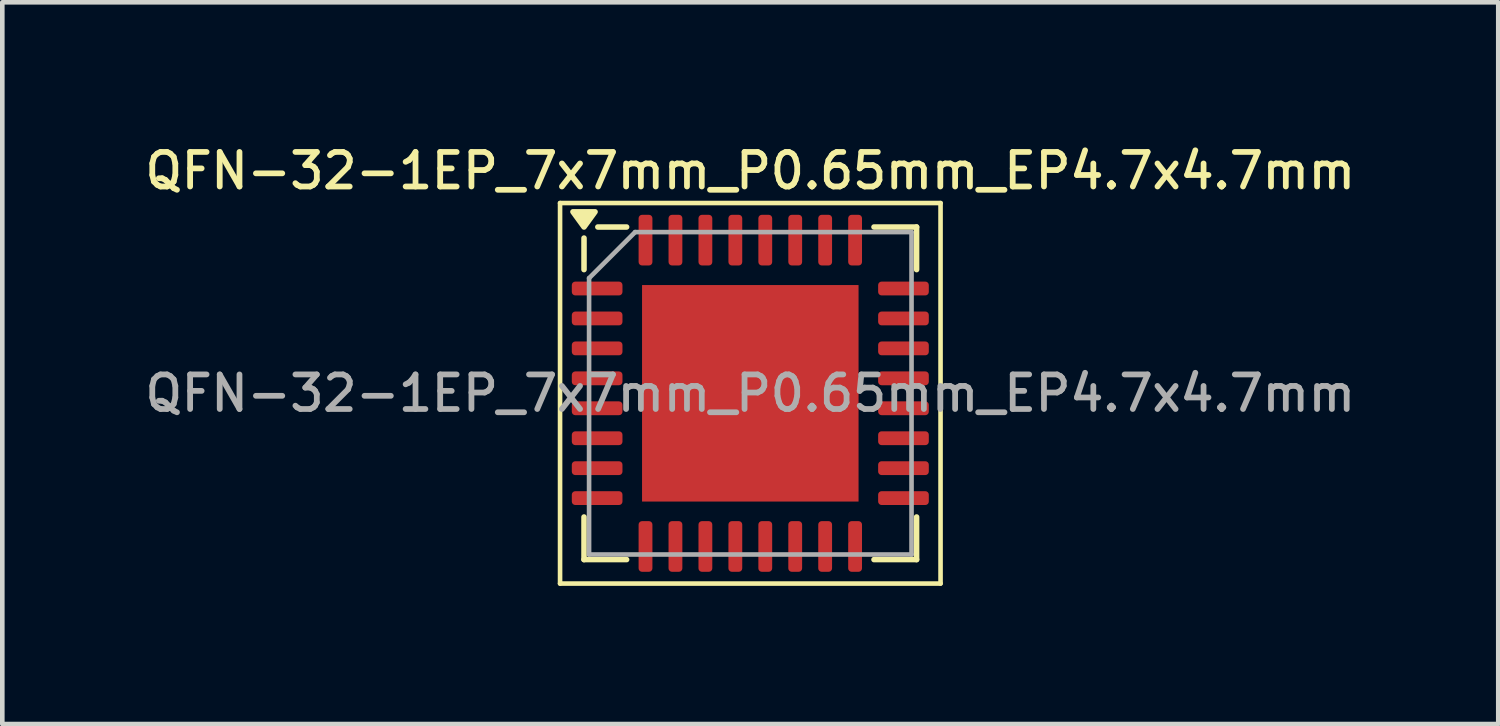
<source format=kicad_pcb>
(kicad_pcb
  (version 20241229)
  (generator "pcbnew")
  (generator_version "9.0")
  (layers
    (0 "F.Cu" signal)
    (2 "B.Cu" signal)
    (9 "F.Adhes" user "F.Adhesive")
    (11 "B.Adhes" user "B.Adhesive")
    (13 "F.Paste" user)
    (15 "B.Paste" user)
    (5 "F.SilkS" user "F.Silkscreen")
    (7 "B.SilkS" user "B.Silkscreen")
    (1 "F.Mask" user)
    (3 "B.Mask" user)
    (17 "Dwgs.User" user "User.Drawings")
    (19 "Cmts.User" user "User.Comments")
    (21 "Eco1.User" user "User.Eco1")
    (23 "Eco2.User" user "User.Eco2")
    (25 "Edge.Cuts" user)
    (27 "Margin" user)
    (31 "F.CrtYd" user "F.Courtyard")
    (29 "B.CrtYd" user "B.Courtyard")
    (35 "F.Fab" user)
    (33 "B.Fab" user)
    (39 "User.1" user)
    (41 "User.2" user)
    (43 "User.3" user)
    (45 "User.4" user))
  (footprint "QFN-32-1EP_7x7mm_P0.65mm_EP4.7x4.7mm"
    (layer "F.Cu")
    (at 13.238 5.488)
    (property "Reference" "QFN-32-1EP_7x7mm_P0.65mm_EP4.7x4.7mm" (at 0 -4.83 0) (layer "F.SilkS") (effects (font (size 0.75 0.75) (thickness 0.125))))
    (attr smd)
    (fp_line (start -4.13 -4.13) (end -4.13 4.13) (stroke (width 0.1) (type solid)) (layer "F.SilkS"))
    (fp_line (start -4.13 4.13) (end 4.13 4.13) (stroke (width 0.1) (type solid)) (layer "F.SilkS"))
    (fp_line (start -3.61 -2.685) (end -3.61 -3.37) (stroke (width 0.12) (type solid)) (layer "F.SilkS"))
    (fp_line (start -3.61 3.61) (end -3.61 2.685) (stroke (width 0.12) (type solid)) (layer "F.SilkS"))
    (fp_line (start -2.685 -3.61) (end -3.31 -3.61) (stroke (width 0.12) (type solid)) (layer "F.SilkS"))
    (fp_line (start -2.685 3.61) (end -3.61 3.61) (stroke (width 0.12) (type solid)) (layer "F.SilkS"))
    (fp_line (start 2.685 -3.61) (end 3.61 -3.61) (stroke (width 0.12) (type solid)) (layer "F.SilkS"))
    (fp_line (start 2.685 3.61) (end 3.61 3.61) (stroke (width 0.12) (type solid)) (layer "F.SilkS"))
    (fp_line (start 3.61 -3.61) (end 3.61 -2.685) (stroke (width 0.12) (type solid)) (layer "F.SilkS"))
    (fp_line (start 3.61 3.61) (end 3.61 2.685) (stroke (width 0.12) (type solid)) (layer "F.SilkS"))
    (fp_line (start 4.13 -4.13) (end -4.13 -4.13) (stroke (width 0.1) (type solid)) (layer "F.SilkS"))
    (fp_line (start 4.13 4.13) (end 4.13 -4.13) (stroke (width 0.1) (type solid)) (layer "F.SilkS"))
    (fp_poly (pts (xy -3.61 -3.61) (xy -3.85 -3.94) (xy -3.37 -3.94) (xy -3.61 -3.61)) (stroke (width 0.12) (type solid)) (fill yes) (layer "F.SilkS"))
    (fp_line (start -3.5 -2.5) (end -2.5 -3.5) (stroke (width 0.1) (type solid)) (layer "F.Fab"))
    (fp_line (start -3.5 3.5) (end -3.5 -2.5) (stroke (width 0.1) (type solid)) (layer "F.Fab"))
    (fp_line (start -2.5 -3.5) (end 3.5 -3.5) (stroke (width 0.1) (type solid)) (layer "F.Fab"))
    (fp_line (start 3.5 -3.5) (end 3.5 3.5) (stroke (width 0.1) (type solid)) (layer "F.Fab"))
    (fp_line (start 3.5 3.5) (end -3.5 3.5) (stroke (width 0.1) (type solid)) (layer "F.Fab"))
    (fp_text user "${REFERENCE}" (at 0 0 0) (layer "F.Fab") (effects (font (size 0.75 0.75) (thickness 0.125))))
    (pad "" smd roundrect (at -1.77 -1.77) (size 0.95 0.95) (layers "F.Paste") (roundrect_rratio 0.25))
    (pad "" smd roundrect (at -1.77 -0.59) (size 0.95 0.95) (layers "F.Paste") (roundrect_rratio 0.25))
    (pad "" smd roundrect (at -1.77 0.59) (size 0.95 0.95) (layers "F.Paste") (roundrect_rratio 0.25))
    (pad "" smd roundrect (at -1.77 1.77) (size 0.95 0.95) (layers "F.Paste") (roundrect_rratio 0.25))
    (pad "" smd roundrect (at -0.59 -1.77) (size 0.95 0.95) (layers "F.Paste") (roundrect_rratio 0.25))
    (pad "" smd roundrect (at -0.59 -0.59) (size 0.95 0.95) (layers "F.Paste") (roundrect_rratio 0.25))
    (pad "" smd roundrect (at -0.59 0.59) (size 0.95 0.95) (layers "F.Paste") (roundrect_rratio 0.25))
    (pad "" smd roundrect (at -0.59 1.77) (size 0.95 0.95) (layers "F.Paste") (roundrect_rratio 0.25))
    (pad "" smd roundrect (at 0.59 -1.77) (size 0.95 0.95) (layers "F.Paste") (roundrect_rratio 0.25))
    (pad "" smd roundrect (at 0.59 -0.59) (size 0.95 0.95) (layers "F.Paste") (roundrect_rratio 0.25))
    (pad "" smd roundrect (at 0.59 0.59) (size 0.95 0.95) (layers "F.Paste") (roundrect_rratio 0.25))
    (pad "" smd roundrect (at 0.59 1.77) (size 0.95 0.95) (layers "F.Paste") (roundrect_rratio 0.25))
    (pad "" smd roundrect (at 1.77 -1.77) (size 0.95 0.95) (layers "F.Paste") (roundrect_rratio 0.25))
    (pad "" smd roundrect (at 1.77 -0.59) (size 0.95 0.95) (layers "F.Paste") (roundrect_rratio 0.25))
    (pad "" smd roundrect (at 1.77 0.59) (size 0.95 0.95) (layers "F.Paste") (roundrect_rratio 0.25))
    (pad "" smd roundrect (at 1.77 1.77) (size 0.95 0.95) (layers "F.Paste") (roundrect_rratio 0.25))
    (pad "1" smd roundrect (at -3.325 -2.275) (size 1.1 0.3) (layers "F.Cu" "F.Mask" "F.Paste") (roundrect_rratio 0.25))
    (pad "2" smd roundrect (at -3.325 -1.625) (size 1.1 0.3) (layers "F.Cu" "F.Mask" "F.Paste") (roundrect_rratio 0.25))
    (pad "3" smd roundrect (at -3.325 -0.975) (size 1.1 0.3) (layers "F.Cu" "F.Mask" "F.Paste") (roundrect_rratio 0.25))
    (pad "4" smd roundrect (at -3.325 -0.325) (size 1.1 0.3) (layers "F.Cu" "F.Mask" "F.Paste") (roundrect_rratio 0.25))
    (pad "5" smd roundrect (at -3.325 0.325) (size 1.1 0.3) (layers "F.Cu" "F.Mask" "F.Paste") (roundrect_rratio 0.25))
    (pad "6" smd roundrect (at -3.325 0.975) (size 1.1 0.3) (layers "F.Cu" "F.Mask" "F.Paste") (roundrect_rratio 0.25))
    (pad "7" smd roundrect (at -3.325 1.625) (size 1.1 0.3) (layers "F.Cu" "F.Mask" "F.Paste") (roundrect_rratio 0.25))
    (pad "8" smd roundrect (at -3.325 2.275) (size 1.1 0.3) (layers "F.Cu" "F.Mask" "F.Paste") (roundrect_rratio 0.25))
    (pad "9" smd roundrect (at -2.275 3.325) (size 0.3 1.1) (layers "F.Cu" "F.Mask" "F.Paste") (roundrect_rratio 0.25))
    (pad "10" smd roundrect (at -1.625 3.325) (size 0.3 1.1) (layers "F.Cu" "F.Mask" "F.Paste") (roundrect_rratio 0.25))
    (pad "11" smd roundrect (at -0.975 3.325) (size 0.3 1.1) (layers "F.Cu" "F.Mask" "F.Paste") (roundrect_rratio 0.25))
    (pad "12" smd roundrect (at -0.325 3.325) (size 0.3 1.1) (layers "F.Cu" "F.Mask" "F.Paste") (roundrect_rratio 0.25))
    (pad "13" smd roundrect (at 0.325 3.325) (size 0.3 1.1) (layers "F.Cu" "F.Mask" "F.Paste") (roundrect_rratio 0.25))
    (pad "14" smd roundrect (at 0.975 3.325) (size 0.3 1.1) (layers "F.Cu" "F.Mask" "F.Paste") (roundrect_rratio 0.25))
    (pad "15" smd roundrect (at 1.625 3.325) (size 0.3 1.1) (layers "F.Cu" "F.Mask" "F.Paste") (roundrect_rratio 0.25))
    (pad "16" smd roundrect (at 2.275 3.325) (size 0.3 1.1) (layers "F.Cu" "F.Mask" "F.Paste") (roundrect_rratio 0.25))
    (pad "17" smd roundrect (at 3.325 2.275) (size 1.1 0.3) (layers "F.Cu" "F.Mask" "F.Paste") (roundrect_rratio 0.25))
    (pad "18" smd roundrect (at 3.325 1.625) (size 1.1 0.3) (layers "F.Cu" "F.Mask" "F.Paste") (roundrect_rratio 0.25))
    (pad "19" smd roundrect (at 3.325 0.975) (size 1.1 0.3) (layers "F.Cu" "F.Mask" "F.Paste") (roundrect_rratio 0.25))
    (pad "20" smd roundrect (at 3.325 0.325) (size 1.1 0.3) (layers "F.Cu" "F.Mask" "F.Paste") (roundrect_rratio 0.25))
    (pad "21" smd roundrect (at 3.325 -0.325) (size 1.1 0.3) (layers "F.Cu" "F.Mask" "F.Paste") (roundrect_rratio 0.25))
    (pad "22" smd roundrect (at 3.325 -0.975) (size 1.1 0.3) (layers "F.Cu" "F.Mask" "F.Paste") (roundrect_rratio 0.25))
    (pad "23" smd roundrect (at 3.325 -1.625) (size 1.1 0.3) (layers "F.Cu" "F.Mask" "F.Paste") (roundrect_rratio 0.25))
    (pad "24" smd roundrect (at 3.325 -2.275) (size 1.1 0.3) (layers "F.Cu" "F.Mask" "F.Paste") (roundrect_rratio 0.25))
    (pad "25" smd roundrect (at 2.275 -3.325) (size 0.3 1.1) (layers "F.Cu" "F.Mask" "F.Paste") (roundrect_rratio 0.25))
    (pad "26" smd roundrect (at 1.625 -3.325) (size 0.3 1.1) (layers "F.Cu" "F.Mask" "F.Paste") (roundrect_rratio 0.25))
    (pad "27" smd roundrect (at 0.975 -3.325) (size 0.3 1.1) (layers "F.Cu" "F.Mask" "F.Paste") (roundrect_rratio 0.25))
    (pad "28" smd roundrect (at 0.325 -3.325) (size 0.3 1.1) (layers "F.Cu" "F.Mask" "F.Paste") (roundrect_rratio 0.25))
    (pad "29" smd roundrect (at -0.325 -3.325) (size 0.3 1.1) (layers "F.Cu" "F.Mask" "F.Paste") (roundrect_rratio 0.25))
    (pad "30" smd roundrect (at -0.975 -3.325) (size 0.3 1.1) (layers "F.Cu" "F.Mask" "F.Paste") (roundrect_rratio 0.25))
    (pad "31" smd roundrect (at -1.625 -3.325) (size 0.3 1.1) (layers "F.Cu" "F.Mask" "F.Paste") (roundrect_rratio 0.25))
    (pad "32" smd roundrect (at -2.275 -3.325) (size 0.3 1.1) (layers "F.Cu" "F.Mask" "F.Paste") (roundrect_rratio 0.25))
    (pad "33" smd rect (at 0 0) (size 4.7 4.7) (property pad_prop_heatsink) (layers "F.Cu" "F.Mask")))
  (gr_rect
    (start -3 -3)
    (end 29.475 12.668)
    (stroke (width 0.1) (type default))
    (fill no)
    (layer "Edge.Cuts")))
</source>
